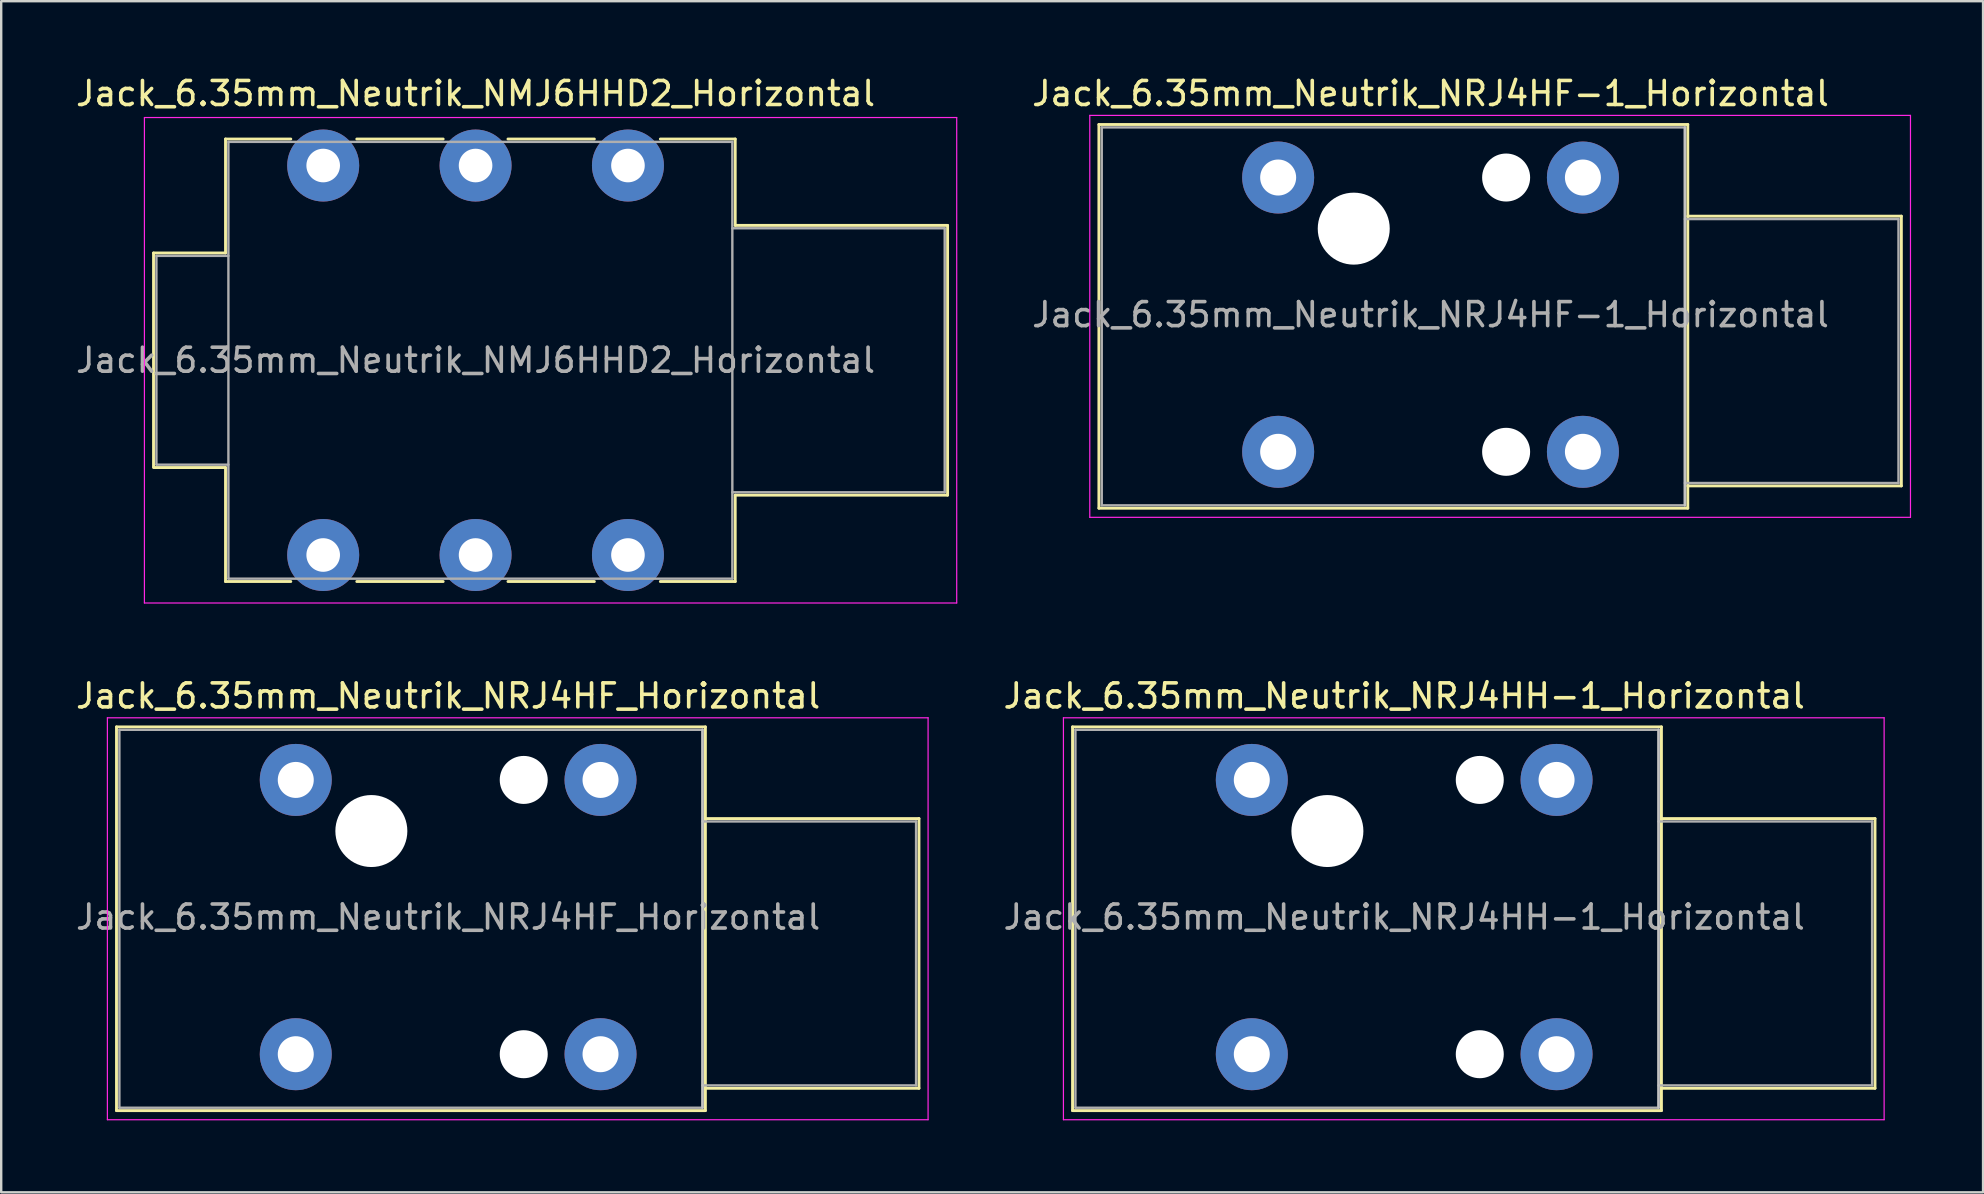
<source format=kicad_pcb>
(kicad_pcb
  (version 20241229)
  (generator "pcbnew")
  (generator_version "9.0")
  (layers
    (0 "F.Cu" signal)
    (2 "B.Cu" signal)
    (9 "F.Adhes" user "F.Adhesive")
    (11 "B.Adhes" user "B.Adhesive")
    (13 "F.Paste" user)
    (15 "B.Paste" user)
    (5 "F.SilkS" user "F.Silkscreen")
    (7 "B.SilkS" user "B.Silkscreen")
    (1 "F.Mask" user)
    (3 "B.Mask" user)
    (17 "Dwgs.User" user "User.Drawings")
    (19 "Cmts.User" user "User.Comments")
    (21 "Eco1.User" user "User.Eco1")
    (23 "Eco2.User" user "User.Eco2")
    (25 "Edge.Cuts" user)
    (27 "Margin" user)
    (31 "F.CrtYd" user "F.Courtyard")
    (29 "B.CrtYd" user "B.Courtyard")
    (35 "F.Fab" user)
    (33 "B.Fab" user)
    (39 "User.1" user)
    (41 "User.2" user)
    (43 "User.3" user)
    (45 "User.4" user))
  (footprint "Jack_6.35mm_Neutrik_NRJ4HF-1_Horizontal"
    (layer "F.Cu")
    (at 50.213 4.348)
    (property "Reference" "Jack_6.35mm_Neutrik_NRJ4HF-1_Horizontal" (at 6.35 -3.5 0) (layer "F.SilkS") (effects (font (size 1 1) (thickness 0.15))))
    (attr through_hole)
    (fp_line (start -7.47 -2.21) (end 17.07 -2.21) (stroke (width 0.12) (type solid)) (layer "F.SilkS"))
    (fp_line (start -7.47 13.78) (end -7.47 -2.21) (stroke (width 0.12) (type solid)) (layer "F.SilkS"))
    (fp_line (start -7.47 13.78) (end 17.07 13.78) (stroke (width 0.12) (type solid)) (layer "F.SilkS"))
    (fp_line (start 17.07 -2.21) (end 17.07 13.78) (stroke (width 0.12) (type solid)) (layer "F.SilkS"))
    (fp_line (start 25.97 1.61) (end 17.07 1.61) (stroke (width 0.12) (type solid)) (layer "F.SilkS"))
    (fp_line (start 25.97 12.85) (end 17.07 12.85) (stroke (width 0.12) (type solid)) (layer "F.SilkS"))
    (fp_line (start 25.97 12.85) (end 25.97 1.61) (stroke (width 0.12) (type solid)) (layer "F.SilkS"))
    (fp_line (start 16.95 -2.09) (end 16.95 13.66) (stroke (width 0.1) (type solid)) (layer "Dwgs.User"))
    (fp_line (start -7.85 14.16) (end -7.85 -2.59) (stroke (width 0.05) (type solid)) (layer "F.CrtYd"))
    (fp_line (start -7.85 14.16) (end 26.35 14.16) (stroke (width 0.05) (type solid)) (layer "F.CrtYd"))
    (fp_line (start 26.35 -2.59) (end -7.85 -2.59) (stroke (width 0.05) (type solid)) (layer "F.CrtYd"))
    (fp_line (start 26.35 14.16) (end 26.35 -2.59) (stroke (width 0.05) (type solid)) (layer "F.CrtYd"))
    (fp_line (start -7.35 -2.09) (end 16.95 -2.09) (stroke (width 0.1) (type solid)) (layer "F.Fab"))
    (fp_line (start -7.35 13.66) (end -7.35 -2.09) (stroke (width 0.1) (type solid)) (layer "F.Fab"))
    (fp_line (start 16.95 -2.09) (end 16.95 13.66) (stroke (width 0.1) (type solid)) (layer "F.Fab"))
    (fp_line (start 16.95 12.73) (end 25.85 12.73) (stroke (width 0.1) (type solid)) (layer "F.Fab"))
    (fp_line (start 16.95 13.66) (end -7.35 13.66) (stroke (width 0.1) (type solid)) (layer "F.Fab"))
    (fp_line (start 25.85 1.73) (end 16.95 1.73) (stroke (width 0.1) (type solid)) (layer "F.Fab"))
    (fp_line (start 25.85 12.73) (end 25.85 1.73) (stroke (width 0.1) (type solid)) (layer "F.Fab"))
    (fp_text user "${REFERENCE}" (at 6.35 5.715 0) (layer "F.Fab") (effects (font (size 1 1) (thickness 0.15))))
    (pad "" np_thru_hole circle (at 3.15 2.13) (size 3 3) (drill 3) (layers "*.Cu" "*.Mask"))
    (pad "" np_thru_hole circle (at 9.5 0) (size 2 2) (drill 2) (layers "*.Cu" "*.Mask"))
    (pad "" np_thru_hole circle (at 9.5 11.43) (size 2 2) (drill 2) (layers "*.Cu" "*.Mask"))
    (pad "G" thru_hole circle (at 12.7 11.43) (size 3 3) (drill 1.5) (layers "*.Cu" "*.Mask"))
    (pad "S" thru_hole circle (at 12.7 0) (size 3 3) (drill 1.5) (layers "*.Cu" "*.Mask"))
    (pad "T" thru_hole circle (at 0 0) (size 3 3) (drill 1.5) (layers "*.Cu" "*.Mask"))
    (pad "TN" thru_hole circle (at 0 11.43) (size 3 3) (drill 1.5) (layers "*.Cu" "*.Mask")))
  (footprint "Jack_6.35mm_Neutrik_NMJ6HHD2_Horizontal"
    (layer "F.Cu")
    (at 10.418 3.848)
    (property "Reference" "Jack_6.35mm_Neutrik_NMJ6HHD2_Horizontal" (at 6.35 -3 0) (layer "F.SilkS") (effects (font (size 1 1) (thickness 0.15))))
    (attr through_hole)
    (fp_line (start -7.07 3.645) (end -4.07 3.645) (stroke (width 0.12) (type solid)) (layer "F.SilkS"))
    (fp_line (start -7.07 12.545) (end -7.07 3.645) (stroke (width 0.12) (type solid)) (layer "F.SilkS"))
    (fp_line (start -7.07 12.585) (end -4.07 12.585) (stroke (width 0.12) (type solid)) (layer "F.SilkS"))
    (fp_line (start -4.07 -1.105) (end -1.35 -1.105) (stroke (width 0.12) (type solid)) (layer "F.SilkS"))
    (fp_line (start -4.07 3.645) (end -4.07 -1.105) (stroke (width 0.12) (type solid)) (layer "F.SilkS"))
    (fp_line (start -4.07 17.335) (end -4.07 12.585) (stroke (width 0.12) (type solid)) (layer "F.SilkS"))
    (fp_line (start -1.35 17.335) (end -4.07 17.335) (stroke (width 0.12) (type solid)) (layer "F.SilkS"))
    (fp_line (start 1.4 -1.105) (end 5 -1.105) (stroke (width 0.12) (type solid)) (layer "F.SilkS"))
    (fp_line (start 5 17.335) (end 1.4 17.335) (stroke (width 0.12) (type solid)) (layer "F.SilkS"))
    (fp_line (start 7.7 -1.105) (end 11.3 -1.105) (stroke (width 0.12) (type solid)) (layer "F.SilkS"))
    (fp_line (start 11.3 17.335) (end 7.7 17.335) (stroke (width 0.12) (type solid)) (layer "F.SilkS"))
    (fp_line (start 17.17 -1.105) (end 14.05 -1.105) (stroke (width 0.12) (type solid)) (layer "F.SilkS"))
    (fp_line (start 17.17 2.495) (end 17.17 -1.105) (stroke (width 0.12) (type solid)) (layer "F.SilkS"))
    (fp_line (start 17.17 2.495) (end 26.02 2.495) (stroke (width 0.12) (type solid)) (layer "F.SilkS"))
    (fp_line (start 17.17 13.735) (end 26.02 13.735) (stroke (width 0.12) (type solid)) (layer "F.SilkS"))
    (fp_line (start 17.17 17.335) (end 14.05 17.335) (stroke (width 0.12) (type solid)) (layer "F.SilkS"))
    (fp_line (start 17.17 17.335) (end 17.17 13.735) (stroke (width 0.12) (type solid)) (layer "F.SilkS"))
    (fp_line (start 26.02 13.735) (end 26.02 2.495) (stroke (width 0.12) (type solid)) (layer "F.SilkS"))
    (fp_line (start -7.45 18.23) (end -7.45 -2) (stroke (width 0.05) (type solid)) (layer "F.CrtYd"))
    (fp_line (start -7.45 18.23) (end 26.4 18.23) (stroke (width 0.05) (type solid)) (layer "F.CrtYd"))
    (fp_line (start 26.4 -2) (end -7.45 -2) (stroke (width 0.05) (type solid)) (layer "F.CrtYd"))
    (fp_line (start 26.4 18.23) (end 26.4 -2) (stroke (width 0.05) (type solid)) (layer "F.CrtYd"))
    (fp_line (start -6.95 3.765) (end -3.95 3.765) (stroke (width 0.1) (type solid)) (layer "F.Fab"))
    (fp_line (start -6.95 12.465) (end -6.95 3.765) (stroke (width 0.1) (type solid)) (layer "F.Fab"))
    (fp_line (start -6.95 12.465) (end -3.95 12.465) (stroke (width 0.1) (type solid)) (layer "F.Fab"))
    (fp_line (start -3.95 17.215) (end -3.95 -0.985) (stroke (width 0.1) (type solid)) (layer "F.Fab"))
    (fp_line (start 17.05 -0.985) (end -3.95 -0.985) (stroke (width 0.1) (type solid)) (layer "F.Fab"))
    (fp_line (start 17.05 17.215) (end -3.95 17.215) (stroke (width 0.1) (type solid)) (layer "F.Fab"))
    (fp_line (start 17.05 17.215) (end 17.05 -0.985) (stroke (width 0.1) (type solid)) (layer "F.Fab"))
    (fp_line (start 25.9 2.615) (end 17.05 2.615) (stroke (width 0.1) (type solid)) (layer "F.Fab"))
    (fp_line (start 25.9 13.615) (end 17.05 13.615) (stroke (width 0.1) (type solid)) (layer "F.Fab"))
    (fp_line (start 25.9 13.615) (end 25.9 2.615) (stroke (width 0.1) (type solid)) (layer "F.Fab"))
    (fp_text user "${REFERENCE}" (at 6.35 8.115 0) (layer "F.Fab") (effects (font (size 1 1) (thickness 0.15))))
    (pad "R" thru_hole circle (at 6.35 0) (size 3 3) (drill 1.4) (layers "*.Cu" "*.Mask"))
    (pad "RN" thru_hole circle (at 6.35 16.23) (size 3 3) (drill 1.4) (layers "*.Cu" "*.Mask"))
    (pad "S" thru_hole circle (at 12.7 0) (size 3 3) (drill 1.4) (layers "*.Cu" "*.Mask"))
    (pad "SN" thru_hole circle (at 12.7 16.23) (size 3 3) (drill 1.4) (layers "*.Cu" "*.Mask"))
    (pad "T" thru_hole circle (at 0 0) (size 3 3) (drill 1.4) (layers "*.Cu" "*.Mask"))
    (pad "TN" thru_hole circle (at 0 16.23) (size 3 3) (drill 1.4) (layers "*.Cu" "*.Mask")))
  (footprint "Jack_6.35mm_Neutrik_NRJ4HF_Horizontal"
    (layer "F.Cu")
    (at 9.275 29.451)
    (property "Reference" "Jack_6.35mm_Neutrik_NRJ4HF_Horizontal" (at 6.35 -3.5 0) (layer "F.SilkS") (effects (font (size 1 1) (thickness 0.15))))
    (attr through_hole)
    (fp_line (start -7.47 -2.21) (end 17.07 -2.21) (stroke (width 0.12) (type solid)) (layer "F.SilkS"))
    (fp_line (start -7.47 13.78) (end -7.47 -2.21) (stroke (width 0.12) (type solid)) (layer "F.SilkS"))
    (fp_line (start -7.47 13.78) (end 17.07 13.78) (stroke (width 0.12) (type solid)) (layer "F.SilkS"))
    (fp_line (start 17.07 -2.21) (end 17.07 13.78) (stroke (width 0.12) (type solid)) (layer "F.SilkS"))
    (fp_line (start 25.97 1.61) (end 17.07 1.61) (stroke (width 0.12) (type solid)) (layer "F.SilkS"))
    (fp_line (start 25.97 12.85) (end 17.07 12.85) (stroke (width 0.12) (type solid)) (layer "F.SilkS"))
    (fp_line (start 25.97 12.85) (end 25.97 1.61) (stroke (width 0.12) (type solid)) (layer "F.SilkS"))
    (fp_line (start 16.95 -2.09) (end 16.95 13.66) (stroke (width 0.1) (type solid)) (layer "Dwgs.User"))
    (fp_line (start -7.85 14.16) (end -7.85 -2.59) (stroke (width 0.05) (type solid)) (layer "F.CrtYd"))
    (fp_line (start -7.85 14.16) (end 26.35 14.16) (stroke (width 0.05) (type solid)) (layer "F.CrtYd"))
    (fp_line (start 26.35 -2.59) (end -7.85 -2.59) (stroke (width 0.05) (type solid)) (layer "F.CrtYd"))
    (fp_line (start 26.35 14.16) (end 26.35 -2.59) (stroke (width 0.05) (type solid)) (layer "F.CrtYd"))
    (fp_line (start -7.35 -2.09) (end 16.95 -2.09) (stroke (width 0.1) (type solid)) (layer "F.Fab"))
    (fp_line (start -7.35 13.66) (end -7.35 -2.09) (stroke (width 0.1) (type solid)) (layer "F.Fab"))
    (fp_line (start 16.95 -2.09) (end 16.95 13.66) (stroke (width 0.1) (type solid)) (layer "F.Fab"))
    (fp_line (start 16.95 12.73) (end 25.85 12.73) (stroke (width 0.1) (type solid)) (layer "F.Fab"))
    (fp_line (start 16.95 13.66) (end -7.35 13.66) (stroke (width 0.1) (type solid)) (layer "F.Fab"))
    (fp_line (start 25.85 1.73) (end 16.95 1.73) (stroke (width 0.1) (type solid)) (layer "F.Fab"))
    (fp_line (start 25.85 12.73) (end 25.85 1.73) (stroke (width 0.1) (type solid)) (layer "F.Fab"))
    (fp_text user "${REFERENCE}" (at 6.35 5.715 0) (layer "F.Fab") (effects (font (size 1 1) (thickness 0.15))))
    (pad "" np_thru_hole circle (at 3.15 2.13) (size 3 3) (drill 3) (layers "*.Cu" "*.Mask"))
    (pad "" np_thru_hole circle (at 9.5 0) (size 2 2) (drill 2) (layers "*.Cu" "*.Mask"))
    (pad "" np_thru_hole circle (at 9.5 11.43) (size 2 2) (drill 2) (layers "*.Cu" "*.Mask"))
    (pad "S" thru_hole circle (at 12.7 0) (size 3 3) (drill 1.5) (layers "*.Cu" "*.Mask"))
    (pad "SN" thru_hole circle (at 12.7 11.43) (size 3 3) (drill 1.5) (layers "*.Cu" "*.Mask"))
    (pad "T" thru_hole circle (at 0 0) (size 3 3) (drill 1.5) (layers "*.Cu" "*.Mask"))
    (pad "TN" thru_hole circle (at 0 11.43) (size 3 3) (drill 1.5) (layers "*.Cu" "*.Mask")))
  (footprint "Jack_6.35mm_Neutrik_NRJ4HH-1_Horizontal"
    (layer "F.Cu")
    (at 49.115 29.451)
    (property "Reference" "Jack_6.35mm_Neutrik_NRJ4HH-1_Horizontal" (at 6.35 -3.5 0) (layer "F.SilkS") (effects (font (size 1 1) (thickness 0.15))))
    (attr through_hole)
    (fp_line (start -7.47 -2.21) (end 17.07 -2.21) (stroke (width 0.12) (type solid)) (layer "F.SilkS"))
    (fp_line (start -7.47 13.78) (end -7.47 -2.21) (stroke (width 0.12) (type solid)) (layer "F.SilkS"))
    (fp_line (start -7.47 13.78) (end 17.07 13.78) (stroke (width 0.12) (type solid)) (layer "F.SilkS"))
    (fp_line (start 17.07 -2.21) (end 17.07 13.78) (stroke (width 0.12) (type solid)) (layer "F.SilkS"))
    (fp_line (start 25.97 1.61) (end 17.07 1.61) (stroke (width 0.12) (type solid)) (layer "F.SilkS"))
    (fp_line (start 25.97 12.85) (end 17.07 12.85) (stroke (width 0.12) (type solid)) (layer "F.SilkS"))
    (fp_line (start 25.97 12.85) (end 25.97 1.61) (stroke (width 0.12) (type solid)) (layer "F.SilkS"))
    (fp_line (start 16.95 -2.09) (end 16.95 13.66) (stroke (width 0.1) (type solid)) (layer "Dwgs.User"))
    (fp_line (start -7.85 14.16) (end -7.85 -2.59) (stroke (width 0.05) (type solid)) (layer "F.CrtYd"))
    (fp_line (start -7.85 14.16) (end 26.35 14.16) (stroke (width 0.05) (type solid)) (layer "F.CrtYd"))
    (fp_line (start 26.35 -2.59) (end -7.85 -2.59) (stroke (width 0.05) (type solid)) (layer "F.CrtYd"))
    (fp_line (start 26.35 14.16) (end 26.35 -2.59) (stroke (width 0.05) (type solid)) (layer "F.CrtYd"))
    (fp_line (start -7.35 -2.09) (end 16.95 -2.09) (stroke (width 0.1) (type solid)) (layer "F.Fab"))
    (fp_line (start -7.35 13.66) (end -7.35 -2.09) (stroke (width 0.1) (type solid)) (layer "F.Fab"))
    (fp_line (start 16.95 -2.09) (end 16.95 13.66) (stroke (width 0.1) (type solid)) (layer "F.Fab"))
    (fp_line (start 16.95 12.73) (end 25.85 12.73) (stroke (width 0.1) (type solid)) (layer "F.Fab"))
    (fp_line (start 16.95 13.66) (end -7.35 13.66) (stroke (width 0.1) (type solid)) (layer "F.Fab"))
    (fp_line (start 25.85 1.73) (end 16.95 1.73) (stroke (width 0.1) (type solid)) (layer "F.Fab"))
    (fp_line (start 25.85 12.73) (end 25.85 1.73) (stroke (width 0.1) (type solid)) (layer "F.Fab"))
    (fp_text user "${REFERENCE}" (at 6.35 5.715 0) (layer "F.Fab") (effects (font (size 1 1) (thickness 0.15))))
    (pad "" np_thru_hole circle (at 3.15 2.13) (size 3 3) (drill 3) (layers "*.Cu" "*.Mask"))
    (pad "" np_thru_hole circle (at 9.5 0) (size 2 2) (drill 2) (layers "*.Cu" "*.Mask"))
    (pad "" np_thru_hole circle (at 9.5 11.43) (size 2 2) (drill 2) (layers "*.Cu" "*.Mask"))
    (pad "G" thru_hole circle (at 12.7 11.43) (size 3 3) (drill 1.5) (layers "*.Cu" "*.Mask"))
    (pad "S" thru_hole circle (at 12.7 0) (size 3 3) (drill 1.5) (layers "*.Cu" "*.Mask"))
    (pad "T" thru_hole circle (at 0 0) (size 3 3) (drill 1.5) (layers "*.Cu" "*.Mask"))
    (pad "TN" thru_hole circle (at 0 11.43) (size 3 3) (drill 1.5) (layers "*.Cu" "*.Mask")))
  (gr_rect
    (start -3 -3)
    (end 79.588 46.636)
    (stroke (width 0.1) (type default))
    (fill no)
    (layer "Edge.Cuts")))
</source>
